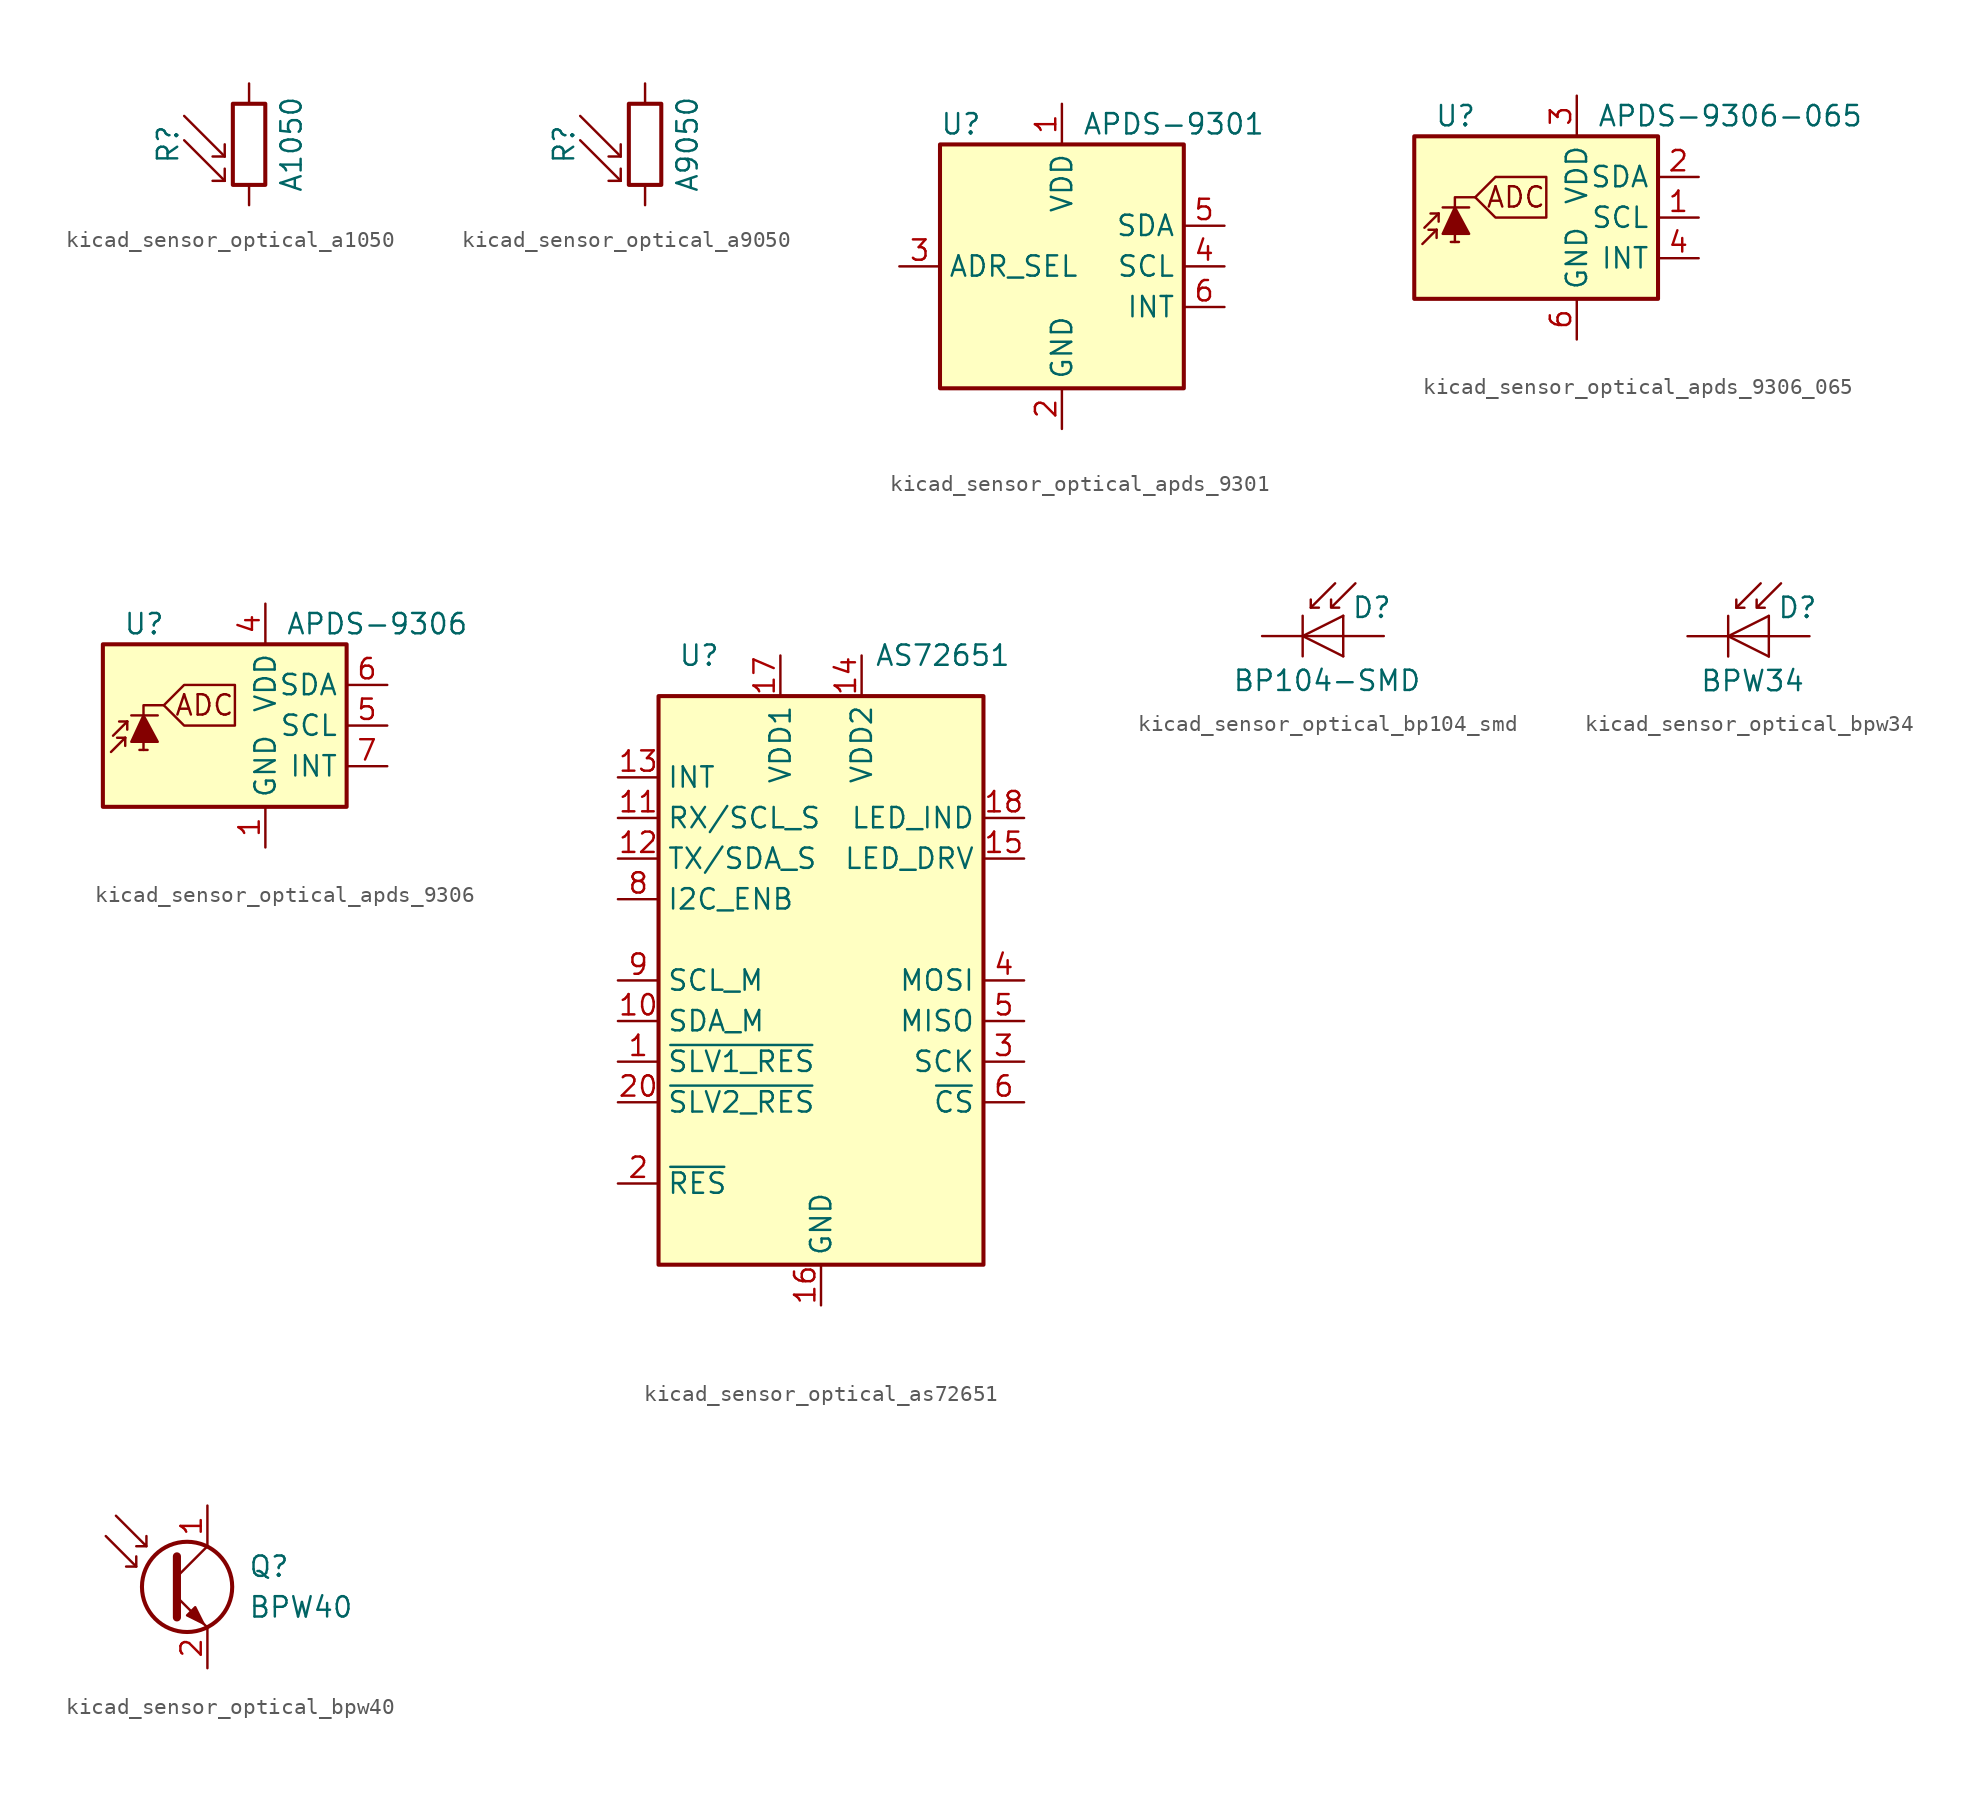
<source format=kicad_sym>
(kicad_symbol_lib
  (version 20220914)
  (generator kicad_symbol_editor)
  (symbol "kicad_sensor_optical_a1050"
    (pin_numbers hide)
    (pin_names
      (offset 0))
    (property "Reference" "R"
      (at -5.08 0 90)
      (effects (font (size 1.27 1.27))))
    (property "Value" "A1050"
      (at 1.905 0 90)
      (effects (font (size 1.27 1.27)) (justify top)))
    (symbol "kicad_sensor_optical_a1050_0_1"
      (rectangle (start -1.016 2.54) (end 1.016 -2.54) (stroke (width 0.254) (type default)) (fill (type none)))
      (polyline (pts (xy -1.524 -2.286) (xy -4.064 0.254)) (stroke (width 0) (type default)) (fill (type none)))
      (polyline (pts (xy -1.524 -2.286) (xy -2.286 -2.286)) (stroke (width 0) (type default)) (fill (type none)))
      (polyline (pts (xy -1.524 -2.286) (xy -1.524 -1.524)) (stroke (width 0) (type default)) (fill (type none)))
      (polyline (pts (xy -1.524 -0.762) (xy -4.064 1.778)) (stroke (width 0) (type default)) (fill (type none)))
      (polyline (pts (xy -1.524 -0.762) (xy -2.286 -0.762)) (stroke (width 0) (type default)) (fill (type none)))
      (polyline (pts (xy -1.524 -0.762) (xy -1.524 0)) (stroke (width 0) (type default)) (fill (type none))))
    (symbol "kicad_sensor_optical_a1050_1_1"
      (pin passive line (at 0 3.81 270) (length 1.27) (name "~" (effects (font (size 1.27 1.27)))) (number "1" (effects (font (size 1.27 1.27)))))
      (pin passive line (at 0 -3.81 90) (length 1.27) (name "~" (effects (font (size 1.27 1.27)))) (number "2" (effects (font (size 1.27 1.27)))))))
  (symbol "kicad_sensor_optical_a9050"
    (pin_numbers hide)
    (pin_names
      (offset 0))
    (property "Reference" "R"
      (at -5.08 0 90)
      (effects (font (size 1.27 1.27))))
    (property "Value" "A9050"
      (at 1.905 0 90)
      (effects (font (size 1.27 1.27)) (justify top)))
    (symbol "kicad_sensor_optical_a9050_0_1"
      (rectangle (start -1.016 2.54) (end 1.016 -2.54) (stroke (width 0.254) (type default)) (fill (type none)))
      (polyline (pts (xy -1.524 -2.286) (xy -4.064 0.254)) (stroke (width 0) (type default)) (fill (type none)))
      (polyline (pts (xy -1.524 -2.286) (xy -2.286 -2.286)) (stroke (width 0) (type default)) (fill (type none)))
      (polyline (pts (xy -1.524 -2.286) (xy -1.524 -1.524)) (stroke (width 0) (type default)) (fill (type none)))
      (polyline (pts (xy -1.524 -0.762) (xy -4.064 1.778)) (stroke (width 0) (type default)) (fill (type none)))
      (polyline (pts (xy -1.524 -0.762) (xy -2.286 -0.762)) (stroke (width 0) (type default)) (fill (type none)))
      (polyline (pts (xy -1.524 -0.762) (xy -1.524 0)) (stroke (width 0) (type default)) (fill (type none))))
    (symbol "kicad_sensor_optical_a9050_1_1"
      (pin passive line (at 0 3.81 270) (length 1.27) (name "~" (effects (font (size 1.27 1.27)))) (number "1" (effects (font (size 1.27 1.27)))))
      (pin passive line (at 0 -3.81 90) (length 1.27) (name "~" (effects (font (size 1.27 1.27)))) (number "2" (effects (font (size 1.27 1.27)))))))
  (symbol "kicad_sensor_optical_apds_9301"
    (property "Reference" "U"
      (at -7.62 8.89 0)
      (effects (font (size 1.27 1.27)) (justify left)))
    (property "Value" "APDS-9301"
      (at 1.27 8.89 0)
      (effects (font (size 1.27 1.27)) (justify left)))
    (symbol "kicad_sensor_optical_apds_9301_0_1"
      (rectangle (start -7.62 7.62) (end 7.62 -7.62) (stroke (width 0.254) (type default)) (fill (type background))))
    (symbol "kicad_sensor_optical_apds_9301_1_1"
      (pin power_in line (at 0 10.16 270) (length 2.54) (name "VDD" (effects (font (size 1.27 1.27)))) (number "1" (effects (font (size 1.27 1.27)))))
      (pin power_in line (at 0 -10.16 90) (length 2.54) (name "GND" (effects (font (size 1.27 1.27)))) (number "2" (effects (font (size 1.27 1.27)))))
      (pin input line (at -10.16 0 0) (length 2.54) (name "ADR_SEL" (effects (font (size 1.27 1.27)))) (number "3" (effects (font (size 1.27 1.27)))))
      (pin input line (at 10.16 0 180) (length 2.54) (name "SCL" (effects (font (size 1.27 1.27)))) (number "4" (effects (font (size 1.27 1.27)))))
      (pin bidirectional line (at 10.16 2.54 180) (length 2.54) (name "SDA" (effects (font (size 1.27 1.27)))) (number "5" (effects (font (size 1.27 1.27)))))
      (pin open_collector line (at 10.16 -2.54 180) (length 2.54) (name "INT" (effects (font (size 1.27 1.27)))) (number "6" (effects (font (size 1.27 1.27)))))))
  (symbol "kicad_sensor_optical_apds_9306_065"
    (property "Reference" "U"
      (at -6.35 6.35 0)
      (effects (font (size 1.27 1.27)) (justify left)))
    (property "Value" "APDS-9306-065"
      (at 3.81 6.35 0)
      (effects (font (size 1.27 1.27)) (justify left)))
    (symbol "kicad_sensor_optical_apds_9306_065_0_0"
      (polyline (pts (xy -3.81 1.27) (xy -2.54 2.54) (xy 0.635 2.54) (xy 0.635 0) (xy -2.54 0) (xy -3.81 1.27)) (stroke (width 0) (type default)) (fill (type none)))
      (text "ADC" (at -1.27 1.27 0) (effects (font (size 1.27 1.27)))))
    (symbol "kicad_sensor_optical_apds_9306_065_0_1"
      (rectangle (start -7.62 5.08) (end 7.62 -5.08) (stroke (width 0.254) (type default)) (fill (type background))))
    (symbol "kicad_sensor_optical_apds_9306_065_1_0"
      (polyline (pts (xy -5.08 -1.524) (xy -5.08 1.27) (xy -3.81 1.27)) (stroke (width 0) (type default)) (fill (type none))))
    (symbol "kicad_sensor_optical_apds_9306_065_1_1"
      (polyline (pts (xy -6.223 -0.762) (xy -7.112 -1.651)) (stroke (width 0) (type default)) (fill (type none)))
      (polyline (pts (xy -6.223 -0.762) (xy -6.731 -0.762)) (stroke (width 0) (type default)) (fill (type none)))
      (polyline (pts (xy -6.223 -0.762) (xy -6.223 -1.27)) (stroke (width 0) (type default)) (fill (type none)))
      (polyline (pts (xy -6.096 0.254) (xy -6.985 -0.635)) (stroke (width 0) (type default)) (fill (type none)))
      (polyline (pts (xy -6.096 0.254) (xy -6.604 0.254)) (stroke (width 0) (type default)) (fill (type none)))
      (polyline (pts (xy -6.096 0.254) (xy -6.096 -0.254)) (stroke (width 0) (type default)) (fill (type none)))
      (polyline (pts (xy -5.842 0.635) (xy -4.191 0.635)) (stroke (width 0) (type default)) (fill (type none)))
      (polyline (pts (xy -4.826 -1.524) (xy -5.334 -1.524)) (stroke (width 0) (type default)) (fill (type none)))
      (polyline (pts (xy -5.842 -1.016) (xy -4.191 -1.016) (xy -5.08 0.635) (xy -5.842 -1.016)) (stroke (width 0) (type default)) (fill (type outline)))
      (pin input line (at 10.16 0 180) (length 2.54) (name "SCL" (effects (font (size 1.27 1.27)))) (number "1" (effects (font (size 1.27 1.27)))))
      (pin bidirectional line (at 10.16 2.54 180) (length 2.54) (name "SDA" (effects (font (size 1.27 1.27)))) (number "2" (effects (font (size 1.27 1.27)))))
      (pin power_in line (at 2.54 7.62 270) (length 2.54) (name "VDD" (effects (font (size 1.27 1.27)))) (number "3" (effects (font (size 1.27 1.27)))))
      (pin open_collector line (at 10.16 -2.54 180) (length 2.54) (name "INT" (effects (font (size 1.27 1.27)))) (number "4" (effects (font (size 1.27 1.27)))))
      (pin no_connect line (at -7.62 2.54 0) (length 2.54) hide (name "NC" (effects (font (size 1.27 1.27)))) (number "5" (effects (font (size 1.27 1.27)))))
      (pin power_in line (at 2.54 -7.62 90) (length 2.54) (name "GND" (effects (font (size 1.27 1.27)))) (number "6" (effects (font (size 1.27 1.27)))))))
  (symbol "kicad_sensor_optical_apds_9306"
    (property "Reference" "U"
      (at -6.35 6.35 0)
      (effects (font (size 1.27 1.27)) (justify left)))
    (property "Value" "APDS-9306"
      (at 3.81 6.35 0)
      (effects (font (size 1.27 1.27)) (justify left)))
    (symbol "kicad_sensor_optical_apds_9306_0_0"
      (polyline (pts (xy -3.81 1.27) (xy -2.54 2.54) (xy 0.635 2.54) (xy 0.635 0) (xy -2.54 0) (xy -3.81 1.27)) (stroke (width 0) (type default)) (fill (type none)))
      (text "ADC" (at -1.27 1.27 0) (effects (font (size 1.27 1.27)))))
    (symbol "kicad_sensor_optical_apds_9306_0_1"
      (rectangle (start -7.62 5.08) (end 7.62 -5.08) (stroke (width 0.254) (type default)) (fill (type background))))
    (symbol "kicad_sensor_optical_apds_9306_1_0"
      (polyline (pts (xy -5.08 -1.524) (xy -5.08 1.27) (xy -3.81 1.27)) (stroke (width 0) (type default)) (fill (type none))))
    (symbol "kicad_sensor_optical_apds_9306_1_1"
      (polyline (pts (xy -6.223 -0.762) (xy -7.112 -1.651)) (stroke (width 0) (type default)) (fill (type none)))
      (polyline (pts (xy -6.223 -0.762) (xy -6.731 -0.762)) (stroke (width 0) (type default)) (fill (type none)))
      (polyline (pts (xy -6.223 -0.762) (xy -6.223 -1.27)) (stroke (width 0) (type default)) (fill (type none)))
      (polyline (pts (xy -6.096 0.254) (xy -6.985 -0.635)) (stroke (width 0) (type default)) (fill (type none)))
      (polyline (pts (xy -6.096 0.254) (xy -6.604 0.254)) (stroke (width 0) (type default)) (fill (type none)))
      (polyline (pts (xy -6.096 0.254) (xy -6.096 -0.254)) (stroke (width 0) (type default)) (fill (type none)))
      (polyline (pts (xy -5.842 0.635) (xy -4.191 0.635)) (stroke (width 0) (type default)) (fill (type none)))
      (polyline (pts (xy -4.826 -1.524) (xy -5.334 -1.524)) (stroke (width 0) (type default)) (fill (type none)))
      (polyline (pts (xy -5.842 -1.016) (xy -4.191 -1.016) (xy -5.08 0.635) (xy -5.842 -1.016)) (stroke (width 0) (type default)) (fill (type outline)))
      (pin power_in line (at 2.54 -7.62 90) (length 2.54) (name "GND" (effects (font (size 1.27 1.27)))) (number "1" (effects (font (size 1.27 1.27)))))
      (pin no_connect line (at -7.62 -5.08 0) (length 2.54) hide (name "NC" (effects (font (size 1.27 1.27)))) (number "2" (effects (font (size 1.27 1.27)))))
      (pin no_connect line (at -7.62 5.08 0) (length 2.54) hide (name "NC" (effects (font (size 1.27 1.27)))) (number "3" (effects (font (size 1.27 1.27)))))
      (pin power_in line (at 2.54 7.62 270) (length 2.54) (name "VDD" (effects (font (size 1.27 1.27)))) (number "4" (effects (font (size 1.27 1.27)))))
      (pin input line (at 10.16 0 180) (length 2.54) (name "SCL" (effects (font (size 1.27 1.27)))) (number "5" (effects (font (size 1.27 1.27)))))
      (pin bidirectional line (at 10.16 2.54 180) (length 2.54) (name "SDA" (effects (font (size 1.27 1.27)))) (number "6" (effects (font (size 1.27 1.27)))))
      (pin open_collector line (at 10.16 -2.54 180) (length 2.54) (name "INT" (effects (font (size 1.27 1.27)))) (number "7" (effects (font (size 1.27 1.27)))))
      (pin no_connect line (at -7.62 2.54 0) (length 2.54) hide (name "NC" (effects (font (size 1.27 1.27)))) (number "8" (effects (font (size 1.27 1.27)))))))
  (symbol "kicad_sensor_optical_as72651"
    (property "Reference" "U"
      (at -7.62 20.32 0)
      (effects (font (size 1.27 1.27))))
    (property "Value" "AS72651"
      (at 7.62 20.32 0)
      (effects (font (size 1.27 1.27))))
    (symbol "kicad_sensor_optical_as72651_0_1"
      (rectangle (start 10.16 -17.78) (end -10.16 17.78) (stroke (width 0.254) (type default)) (fill (type background))))
    (symbol "kicad_sensor_optical_as72651_1_1"
      (pin output line (at -12.7 -5.08 0) (length 2.54) (name "~{SLV1_RES}" (effects (font (size 1.27 1.27)))) (number "1" (effects (font (size 1.27 1.27)))))
      (pin bidirectional line (at -12.7 -2.54 0) (length 2.54) (name "SDA_M" (effects (font (size 1.27 1.27)))) (number "10" (effects (font (size 1.27 1.27)))))
      (pin input line (at -12.7 10.16 0) (length 2.54) (name "RX/SCL_S" (effects (font (size 1.27 1.27)))) (number "11" (effects (font (size 1.27 1.27)))))
      (pin bidirectional line (at -12.7 7.62 0) (length 2.54) (name "TX/SDA_S" (effects (font (size 1.27 1.27)))) (number "12" (effects (font (size 1.27 1.27)))))
      (pin output line (at -12.7 12.7 0) (length 2.54) (name "INT" (effects (font (size 1.27 1.27)))) (number "13" (effects (font (size 1.27 1.27)))))
      (pin power_in line (at 2.54 20.32 270) (length 2.54) (name "VDD2" (effects (font (size 1.27 1.27)))) (number "14" (effects (font (size 1.27 1.27)))))
      (pin output line (at 12.7 7.62 180) (length 2.54) (name "LED_DRV" (effects (font (size 1.27 1.27)))) (number "15" (effects (font (size 1.27 1.27)))))
      (pin power_in line (at 0 -20.32 90) (length 2.54) (name "GND" (effects (font (size 1.27 1.27)))) (number "16" (effects (font (size 1.27 1.27)))))
      (pin power_in line (at -2.54 20.32 270) (length 2.54) (name "VDD1" (effects (font (size 1.27 1.27)))) (number "17" (effects (font (size 1.27 1.27)))))
      (pin output line (at 12.7 10.16 180) (length 2.54) (name "LED_IND" (effects (font (size 1.27 1.27)))) (number "18" (effects (font (size 1.27 1.27)))))
      (pin no_connect line (at 10.16 -12.7 180) (length 2.54) hide (name "NC" (effects (font (size 1.27 1.27)))) (number "19" (effects (font (size 1.27 1.27)))))
      (pin input line (at -12.7 -12.7 0) (length 2.54) (name "~{RES}" (effects (font (size 1.27 1.27)))) (number "2" (effects (font (size 1.27 1.27)))))
      (pin output line (at -12.7 -7.62 0) (length 2.54) (name "~{SLV2_RES}" (effects (font (size 1.27 1.27)))) (number "20" (effects (font (size 1.27 1.27)))))
      (pin output line (at 12.7 -5.08 180) (length 2.54) (name "SCK" (effects (font (size 1.27 1.27)))) (number "3" (effects (font (size 1.27 1.27)))))
      (pin output line (at 12.7 0 180) (length 2.54) (name "MOSI" (effects (font (size 1.27 1.27)))) (number "4" (effects (font (size 1.27 1.27)))))
      (pin input line (at 12.7 -2.54 180) (length 2.54) (name "MISO" (effects (font (size 1.27 1.27)))) (number "5" (effects (font (size 1.27 1.27)))))
      (pin output line (at 12.7 -7.62 180) (length 2.54) (name "~{CS}" (effects (font (size 1.27 1.27)))) (number "6" (effects (font (size 1.27 1.27)))))
      (pin no_connect line (at 10.16 -10.16 180) (length 2.54) hide (name "NC" (effects (font (size 1.27 1.27)))) (number "7" (effects (font (size 1.27 1.27)))))
      (pin input line (at -12.7 5.08 0) (length 2.54) (name "I2C_ENB" (effects (font (size 1.27 1.27)))) (number "8" (effects (font (size 1.27 1.27)))))
      (pin output line (at -12.7 0 0) (length 2.54) (name "SCL_M" (effects (font (size 1.27 1.27)))) (number "9" (effects (font (size 1.27 1.27)))))))
  (symbol "kicad_sensor_optical_bp104_smd"
    (pin_numbers hide)
    (pin_names
      (offset 1.016) hide)
    (property "Reference" "D"
      (at 0.508 1.778 0)
      (effects (font (size 1.27 1.27)) (justify left)))
    (property "Value" "BP104-SMD"
      (at -1.016 -2.794 0)
      (effects (font (size 1.27 1.27))))
    (symbol "kicad_sensor_optical_bp104_smd_0_1"
      (polyline (pts (xy -2.54 1.27) (xy -2.54 -1.27)) (stroke (width 0.152) (type default)) (fill (type none)))
      (polyline (pts (xy -2.032 1.778) (xy -1.524 1.778)) (stroke (width 0) (type default)) (fill (type none)))
      (polyline (pts (xy 0 -1.27) (xy 0 1.27)) (stroke (width 0) (type default)) (fill (type none)))
      (polyline (pts (xy 0 0) (xy -2.54 0)) (stroke (width 0) (type default)) (fill (type none)))
      (polyline (pts (xy -0.508 3.302) (xy -2.032 1.778) (xy -2.032 2.286)) (stroke (width 0) (type default)) (fill (type none)))
      (polyline (pts (xy 0 1.27) (xy -2.54 0) (xy 0 -1.27)) (stroke (width 0) (type default)) (fill (type none)))
      (polyline (pts (xy 0.762 3.302) (xy -0.762 1.778) (xy -0.762 2.286) (xy -0.762 1.778) (xy -0.254 1.778)) (stroke (width 0) (type default)) (fill (type none))))
    (symbol "kicad_sensor_optical_bp104_smd_1_1"
      (pin passive line (at -5.08 0 0) (length 2.54) (name "K" (effects (font (size 1.27 1.27)))) (number "1" (effects (font (size 1.27 1.27)))))
      (pin passive line (at 2.54 0 180) (length 2.54) (name "A" (effects (font (size 1.27 1.27)))) (number "2" (effects (font (size 1.27 1.27)))))))
  (symbol "kicad_sensor_optical_bpw34"
    (pin_numbers hide)
    (pin_names
      (offset 1.016) hide)
    (property "Reference" "D"
      (at 0.508 1.778 0)
      (effects (font (size 1.27 1.27)) (justify left)))
    (property "Value" "BPW34"
      (at -1.016 -2.794 0)
      (effects (font (size 1.27 1.27))))
    (symbol "kicad_sensor_optical_bpw34_0_1"
      (polyline (pts (xy -2.54 1.27) (xy -2.54 -1.27)) (stroke (width 0.152) (type default)) (fill (type none)))
      (polyline (pts (xy -2.032 1.778) (xy -1.524 1.778)) (stroke (width 0) (type default)) (fill (type none)))
      (polyline (pts (xy 0 -1.27) (xy 0 1.27)) (stroke (width 0) (type default)) (fill (type none)))
      (polyline (pts (xy 0 0) (xy -2.54 0)) (stroke (width 0) (type default)) (fill (type none)))
      (polyline (pts (xy -0.508 3.302) (xy -2.032 1.778) (xy -2.032 2.286)) (stroke (width 0) (type default)) (fill (type none)))
      (polyline (pts (xy 0 1.27) (xy -2.54 0) (xy 0 -1.27)) (stroke (width 0) (type default)) (fill (type none)))
      (polyline (pts (xy 0.762 3.302) (xy -0.762 1.778) (xy -0.762 2.286) (xy -0.762 1.778) (xy -0.254 1.778)) (stroke (width 0) (type default)) (fill (type none))))
    (symbol "kicad_sensor_optical_bpw34_1_1"
      (pin passive line (at -5.08 0 0) (length 2.54) (name "K" (effects (font (size 1.27 1.27)))) (number "1" (effects (font (size 1.27 1.27)))))
      (pin passive line (at 2.54 0 180) (length 2.54) (name "A" (effects (font (size 1.27 1.27)))) (number "2" (effects (font (size 1.27 1.27)))))))
  (symbol "kicad_sensor_optical_bpw40"
    (pin_names
      (offset 0) hide)
    (property "Reference" "Q"
      (at 5.08 1.27 0)
      (effects (font (size 1.27 1.27)) (justify left)))
    (property "Value" "BPW40"
      (at 5.08 -1.27 0)
      (effects (font (size 1.27 1.27)) (justify left)))
    (symbol "kicad_sensor_optical_bpw40_0_1"
      (polyline (pts (xy -1.905 1.27) (xy -2.54 1.27)) (stroke (width 0) (type default)) (fill (type none)))
      (polyline (pts (xy -1.27 2.54) (xy -1.905 2.54)) (stroke (width 0) (type default)) (fill (type none)))
      (polyline (pts (xy 0.635 0.635) (xy 2.54 2.54)) (stroke (width 0) (type default)) (fill (type none)))
      (polyline (pts (xy -3.81 3.175) (xy -1.905 1.27) (xy -1.905 1.905)) (stroke (width 0) (type default)) (fill (type none)))
      (polyline (pts (xy -3.175 4.445) (xy -1.27 2.54) (xy -1.27 3.175)) (stroke (width 0) (type default)) (fill (type none)))
      (polyline (pts (xy 0.635 -0.635) (xy 2.54 -2.54) (xy 2.54 -2.54)) (stroke (width 0) (type default)) (fill (type none)))
      (polyline (pts (xy 0.635 1.905) (xy 0.635 -1.905) (xy 0.635 -1.905)) (stroke (width 0.508) (type default)) (fill (type none)))
      (polyline (pts (xy 1.27 -1.778) (xy 1.778 -1.27) (xy 2.286 -2.286) (xy 1.27 -1.778) (xy 1.27 -1.778)) (stroke (width 0) (type default)) (fill (type outline)))
      (circle (center 1.27 0) (radius 2.819) (stroke (width 0.254) (type default)) (fill (type none))))
    (symbol "kicad_sensor_optical_bpw40_1_1"
      (pin passive line (at 2.54 5.08 270) (length 2.54) (name "C" (effects (font (size 1.27 1.27)))) (number "1" (effects (font (size 1.27 1.27)))))
      (pin passive line (at 2.54 -5.08 90) (length 2.54) (name "E" (effects (font (size 1.27 1.27)))) (number "2" (effects (font (size 1.27 1.27))))))))
</source>
